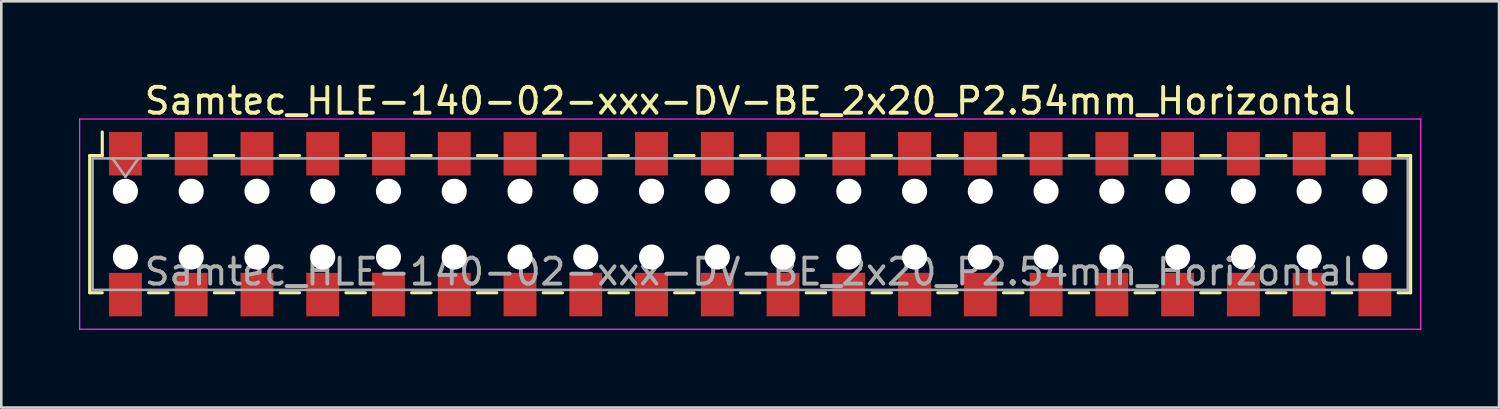
<source format=kicad_pcb>
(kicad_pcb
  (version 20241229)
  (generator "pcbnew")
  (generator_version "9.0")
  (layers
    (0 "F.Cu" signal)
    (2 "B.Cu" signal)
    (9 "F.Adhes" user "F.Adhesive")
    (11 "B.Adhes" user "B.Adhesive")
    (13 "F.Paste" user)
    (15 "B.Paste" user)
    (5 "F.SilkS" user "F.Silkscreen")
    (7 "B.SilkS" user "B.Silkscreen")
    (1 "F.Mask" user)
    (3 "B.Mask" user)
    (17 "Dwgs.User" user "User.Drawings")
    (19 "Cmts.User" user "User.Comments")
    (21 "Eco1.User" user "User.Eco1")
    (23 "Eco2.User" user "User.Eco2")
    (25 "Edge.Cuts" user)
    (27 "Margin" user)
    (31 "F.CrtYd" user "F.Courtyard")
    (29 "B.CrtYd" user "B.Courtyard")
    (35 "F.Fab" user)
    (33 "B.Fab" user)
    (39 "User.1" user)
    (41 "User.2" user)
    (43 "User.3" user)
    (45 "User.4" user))
  (footprint "Samtec_HLE-140-02-xxx-DV-BE_2x20_P2.54mm_Horizontal"
    (layer "F.Cu")
    (at 25.925 5.608)
    (property "Reference" "Samtec_HLE-140-02-xxx-DV-BE_2x20_P2.54mm_Horizontal" (at 0 -4.76 0) (layer "F.SilkS") (effects (font (size 1 1) (thickness 0.15))))
    (attr smd)
    (fp_line (start -25.51 -2.65) (end -25.51 2.65) (stroke (width 0.12) (type solid)) (layer "F.SilkS"))
    (fp_line (start -25.51 2.65) (end -25.025 2.65) (stroke (width 0.12) (type solid)) (layer "F.SilkS"))
    (fp_line (start -25.025 -3.56) (end -25.025 -2.65) (stroke (width 0.12) (type solid)) (layer "F.SilkS"))
    (fp_line (start -25.025 -2.65) (end -25.51 -2.65) (stroke (width 0.12) (type solid)) (layer "F.SilkS"))
    (fp_line (start -23.235 -2.65) (end -22.485 -2.65) (stroke (width 0.12) (type solid)) (layer "F.SilkS"))
    (fp_line (start -23.235 2.65) (end -22.485 2.65) (stroke (width 0.12) (type solid)) (layer "F.SilkS"))
    (fp_line (start -20.695 -2.65) (end -19.945 -2.65) (stroke (width 0.12) (type solid)) (layer "F.SilkS"))
    (fp_line (start -20.695 2.65) (end -19.945 2.65) (stroke (width 0.12) (type solid)) (layer "F.SilkS"))
    (fp_line (start -18.155 -2.65) (end -17.405 -2.65) (stroke (width 0.12) (type solid)) (layer "F.SilkS"))
    (fp_line (start -18.155 2.65) (end -17.405 2.65) (stroke (width 0.12) (type solid)) (layer "F.SilkS"))
    (fp_line (start -15.615 -2.65) (end -14.865 -2.65) (stroke (width 0.12) (type solid)) (layer "F.SilkS"))
    (fp_line (start -15.615 2.65) (end -14.865 2.65) (stroke (width 0.12) (type solid)) (layer "F.SilkS"))
    (fp_line (start -13.075 -2.65) (end -12.325 -2.65) (stroke (width 0.12) (type solid)) (layer "F.SilkS"))
    (fp_line (start -13.075 2.65) (end -12.325 2.65) (stroke (width 0.12) (type solid)) (layer "F.SilkS"))
    (fp_line (start -10.535 -2.65) (end -9.785 -2.65) (stroke (width 0.12) (type solid)) (layer "F.SilkS"))
    (fp_line (start -10.535 2.65) (end -9.785 2.65) (stroke (width 0.12) (type solid)) (layer "F.SilkS"))
    (fp_line (start -7.995 -2.65) (end -7.245 -2.65) (stroke (width 0.12) (type solid)) (layer "F.SilkS"))
    (fp_line (start -7.995 2.65) (end -7.245 2.65) (stroke (width 0.12) (type solid)) (layer "F.SilkS"))
    (fp_line (start -5.455 -2.65) (end -4.705 -2.65) (stroke (width 0.12) (type solid)) (layer "F.SilkS"))
    (fp_line (start -5.455 2.65) (end -4.705 2.65) (stroke (width 0.12) (type solid)) (layer "F.SilkS"))
    (fp_line (start -2.915 -2.65) (end -2.165 -2.65) (stroke (width 0.12) (type solid)) (layer "F.SilkS"))
    (fp_line (start -2.915 2.65) (end -2.165 2.65) (stroke (width 0.12) (type solid)) (layer "F.SilkS"))
    (fp_line (start -0.375 -2.65) (end 0.375 -2.65) (stroke (width 0.12) (type solid)) (layer "F.SilkS"))
    (fp_line (start -0.375 2.65) (end 0.375 2.65) (stroke (width 0.12) (type solid)) (layer "F.SilkS"))
    (fp_line (start 2.165 -2.65) (end 2.915 -2.65) (stroke (width 0.12) (type solid)) (layer "F.SilkS"))
    (fp_line (start 2.165 2.65) (end 2.915 2.65) (stroke (width 0.12) (type solid)) (layer "F.SilkS"))
    (fp_line (start 4.705 -2.65) (end 5.455 -2.65) (stroke (width 0.12) (type solid)) (layer "F.SilkS"))
    (fp_line (start 4.705 2.65) (end 5.455 2.65) (stroke (width 0.12) (type solid)) (layer "F.SilkS"))
    (fp_line (start 7.245 -2.65) (end 7.995 -2.65) (stroke (width 0.12) (type solid)) (layer "F.SilkS"))
    (fp_line (start 7.245 2.65) (end 7.995 2.65) (stroke (width 0.12) (type solid)) (layer "F.SilkS"))
    (fp_line (start 9.785 -2.65) (end 10.535 -2.65) (stroke (width 0.12) (type solid)) (layer "F.SilkS"))
    (fp_line (start 9.785 2.65) (end 10.535 2.65) (stroke (width 0.12) (type solid)) (layer "F.SilkS"))
    (fp_line (start 12.325 -2.65) (end 13.075 -2.65) (stroke (width 0.12) (type solid)) (layer "F.SilkS"))
    (fp_line (start 12.325 2.65) (end 13.075 2.65) (stroke (width 0.12) (type solid)) (layer "F.SilkS"))
    (fp_line (start 14.865 -2.65) (end 15.615 -2.65) (stroke (width 0.12) (type solid)) (layer "F.SilkS"))
    (fp_line (start 14.865 2.65) (end 15.615 2.65) (stroke (width 0.12) (type solid)) (layer "F.SilkS"))
    (fp_line (start 17.405 -2.65) (end 18.155 -2.65) (stroke (width 0.12) (type solid)) (layer "F.SilkS"))
    (fp_line (start 17.405 2.65) (end 18.155 2.65) (stroke (width 0.12) (type solid)) (layer "F.SilkS"))
    (fp_line (start 19.945 -2.65) (end 20.695 -2.65) (stroke (width 0.12) (type solid)) (layer "F.SilkS"))
    (fp_line (start 19.945 2.65) (end 20.695 2.65) (stroke (width 0.12) (type solid)) (layer "F.SilkS"))
    (fp_line (start 22.485 -2.65) (end 23.235 -2.65) (stroke (width 0.12) (type solid)) (layer "F.SilkS"))
    (fp_line (start 22.485 2.65) (end 23.235 2.65) (stroke (width 0.12) (type solid)) (layer "F.SilkS"))
    (fp_line (start 25.025 -2.65) (end 25.51 -2.65) (stroke (width 0.12) (type solid)) (layer "F.SilkS"))
    (fp_line (start 25.51 -2.65) (end 25.51 2.65) (stroke (width 0.12) (type solid)) (layer "F.SilkS"))
    (fp_line (start 25.51 2.65) (end 25.025 2.65) (stroke (width 0.12) (type solid)) (layer "F.SilkS"))
    (fp_line (start -25.9 -4.06) (end 25.9 -4.06) (stroke (width 0.05) (type solid)) (layer "F.CrtYd"))
    (fp_line (start -25.9 4.06) (end -25.9 -4.06) (stroke (width 0.05) (type solid)) (layer "F.CrtYd"))
    (fp_line (start 25.9 -4.06) (end 25.9 4.06) (stroke (width 0.05) (type solid)) (layer "F.CrtYd"))
    (fp_line (start 25.9 4.06) (end -25.9 4.06) (stroke (width 0.05) (type solid)) (layer "F.CrtYd"))
    (fp_line (start -25.4 -2.54) (end 25.4 -2.54) (stroke (width 0.1) (type solid)) (layer "F.Fab"))
    (fp_line (start -25.4 2.54) (end -25.4 -2.54) (stroke (width 0.1) (type solid)) (layer "F.Fab"))
    (fp_line (start -24.63 -2.54) (end -24.13 -1.833) (stroke (width 0.1) (type solid)) (layer "F.Fab"))
    (fp_line (start -24.13 -1.833) (end -23.63 -2.54) (stroke (width 0.1) (type solid)) (layer "F.Fab"))
    (fp_line (start 25.4 -2.54) (end 25.4 2.54) (stroke (width 0.1) (type solid)) (layer "F.Fab"))
    (fp_line (start 25.4 2.54) (end -25.4 2.54) (stroke (width 0.1) (type solid)) (layer "F.Fab"))
    (fp_text user "${REFERENCE}" (at 0 1.84 0) (layer "F.Fab") (effects (font (size 1 1) (thickness 0.15))))
    (pad "" np_thru_hole circle (at -24.13 -1.27) (size 0.97 0.97) (drill 0.97) (layers "*.Cu" "*.Mask"))
    (pad "" np_thru_hole circle (at -24.13 1.27) (size 0.97 0.97) (drill 0.97) (layers "*.Cu" "*.Mask"))
    (pad "" np_thru_hole circle (at -21.59 -1.27) (size 0.97 0.97) (drill 0.97) (layers "*.Cu" "*.Mask"))
    (pad "" np_thru_hole circle (at -21.59 1.27) (size 0.97 0.97) (drill 0.97) (layers "*.Cu" "*.Mask"))
    (pad "" np_thru_hole circle (at -19.05 -1.27) (size 0.97 0.97) (drill 0.97) (layers "*.Cu" "*.Mask"))
    (pad "" np_thru_hole circle (at -19.05 1.27) (size 0.97 0.97) (drill 0.97) (layers "*.Cu" "*.Mask"))
    (pad "" np_thru_hole circle (at -16.51 -1.27) (size 0.97 0.97) (drill 0.97) (layers "*.Cu" "*.Mask"))
    (pad "" np_thru_hole circle (at -16.51 1.27) (size 0.97 0.97) (drill 0.97) (layers "*.Cu" "*.Mask"))
    (pad "" np_thru_hole circle (at -13.97 -1.27) (size 0.97 0.97) (drill 0.97) (layers "*.Cu" "*.Mask"))
    (pad "" np_thru_hole circle (at -13.97 1.27) (size 0.97 0.97) (drill 0.97) (layers "*.Cu" "*.Mask"))
    (pad "" np_thru_hole circle (at -11.43 -1.27) (size 0.97 0.97) (drill 0.97) (layers "*.Cu" "*.Mask"))
    (pad "" np_thru_hole circle (at -11.43 1.27) (size 0.97 0.97) (drill 0.97) (layers "*.Cu" "*.Mask"))
    (pad "" np_thru_hole circle (at -8.89 -1.27) (size 0.97 0.97) (drill 0.97) (layers "*.Cu" "*.Mask"))
    (pad "" np_thru_hole circle (at -8.89 1.27) (size 0.97 0.97) (drill 0.97) (layers "*.Cu" "*.Mask"))
    (pad "" np_thru_hole circle (at -6.35 -1.27) (size 0.97 0.97) (drill 0.97) (layers "*.Cu" "*.Mask"))
    (pad "" np_thru_hole circle (at -6.35 1.27) (size 0.97 0.97) (drill 0.97) (layers "*.Cu" "*.Mask"))
    (pad "" np_thru_hole circle (at -3.81 -1.27) (size 0.97 0.97) (drill 0.97) (layers "*.Cu" "*.Mask"))
    (pad "" np_thru_hole circle (at -3.81 1.27) (size 0.97 0.97) (drill 0.97) (layers "*.Cu" "*.Mask"))
    (pad "" np_thru_hole circle (at -1.27 -1.27) (size 0.97 0.97) (drill 0.97) (layers "*.Cu" "*.Mask"))
    (pad "" np_thru_hole circle (at -1.27 1.27) (size 0.97 0.97) (drill 0.97) (layers "*.Cu" "*.Mask"))
    (pad "" np_thru_hole circle (at 1.27 -1.27) (size 0.97 0.97) (drill 0.97) (layers "*.Cu" "*.Mask"))
    (pad "" np_thru_hole circle (at 1.27 1.27) (size 0.97 0.97) (drill 0.97) (layers "*.Cu" "*.Mask"))
    (pad "" np_thru_hole circle (at 3.81 -1.27) (size 0.97 0.97) (drill 0.97) (layers "*.Cu" "*.Mask"))
    (pad "" np_thru_hole circle (at 3.81 1.27) (size 0.97 0.97) (drill 0.97) (layers "*.Cu" "*.Mask"))
    (pad "" np_thru_hole circle (at 6.35 -1.27) (size 0.97 0.97) (drill 0.97) (layers "*.Cu" "*.Mask"))
    (pad "" np_thru_hole circle (at 6.35 1.27) (size 0.97 0.97) (drill 0.97) (layers "*.Cu" "*.Mask"))
    (pad "" np_thru_hole circle (at 8.89 -1.27) (size 0.97 0.97) (drill 0.97) (layers "*.Cu" "*.Mask"))
    (pad "" np_thru_hole circle (at 8.89 1.27) (size 0.97 0.97) (drill 0.97) (layers "*.Cu" "*.Mask"))
    (pad "" np_thru_hole circle (at 11.43 -1.27) (size 0.97 0.97) (drill 0.97) (layers "*.Cu" "*.Mask"))
    (pad "" np_thru_hole circle (at 11.43 1.27) (size 0.97 0.97) (drill 0.97) (layers "*.Cu" "*.Mask"))
    (pad "" np_thru_hole circle (at 13.97 -1.27) (size 0.97 0.97) (drill 0.97) (layers "*.Cu" "*.Mask"))
    (pad "" np_thru_hole circle (at 13.97 1.27) (size 0.97 0.97) (drill 0.97) (layers "*.Cu" "*.Mask"))
    (pad "" np_thru_hole circle (at 16.51 -1.27) (size 0.97 0.97) (drill 0.97) (layers "*.Cu" "*.Mask"))
    (pad "" np_thru_hole circle (at 16.51 1.27) (size 0.97 0.97) (drill 0.97) (layers "*.Cu" "*.Mask"))
    (pad "" np_thru_hole circle (at 19.05 -1.27) (size 0.97 0.97) (drill 0.97) (layers "*.Cu" "*.Mask"))
    (pad "" np_thru_hole circle (at 19.05 1.27) (size 0.97 0.97) (drill 0.97) (layers "*.Cu" "*.Mask"))
    (pad "" np_thru_hole circle (at 21.59 -1.27) (size 0.97 0.97) (drill 0.97) (layers "*.Cu" "*.Mask"))
    (pad "" np_thru_hole circle (at 21.59 1.27) (size 0.97 0.97) (drill 0.97) (layers "*.Cu" "*.Mask"))
    (pad "" np_thru_hole circle (at 24.13 -1.27) (size 0.97 0.97) (drill 0.97) (layers "*.Cu" "*.Mask"))
    (pad "" np_thru_hole circle (at 24.13 1.27) (size 0.97 0.97) (drill 0.97) (layers "*.Cu" "*.Mask"))
    (pad "1" smd rect (at -24.13 -2.72) (size 1.27 1.68) (layers "F.Cu" "F.Mask" "F.Paste"))
    (pad "2" smd rect (at -24.13 2.72) (size 1.27 1.68) (layers "F.Cu" "F.Mask" "F.Paste"))
    (pad "3" smd rect (at -21.59 -2.72) (size 1.27 1.68) (layers "F.Cu" "F.Mask" "F.Paste"))
    (pad "4" smd rect (at -21.59 2.72) (size 1.27 1.68) (layers "F.Cu" "F.Mask" "F.Paste"))
    (pad "5" smd rect (at -19.05 -2.72) (size 1.27 1.68) (layers "F.Cu" "F.Mask" "F.Paste"))
    (pad "6" smd rect (at -19.05 2.72) (size 1.27 1.68) (layers "F.Cu" "F.Mask" "F.Paste"))
    (pad "7" smd rect (at -16.51 -2.72) (size 1.27 1.68) (layers "F.Cu" "F.Mask" "F.Paste"))
    (pad "8" smd rect (at -16.51 2.72) (size 1.27 1.68) (layers "F.Cu" "F.Mask" "F.Paste"))
    (pad "9" smd rect (at -13.97 -2.72) (size 1.27 1.68) (layers "F.Cu" "F.Mask" "F.Paste"))
    (pad "10" smd rect (at -13.97 2.72) (size 1.27 1.68) (layers "F.Cu" "F.Mask" "F.Paste"))
    (pad "11" smd rect (at -11.43 -2.72) (size 1.27 1.68) (layers "F.Cu" "F.Mask" "F.Paste"))
    (pad "12" smd rect (at -11.43 2.72) (size 1.27 1.68) (layers "F.Cu" "F.Mask" "F.Paste"))
    (pad "13" smd rect (at -8.89 -2.72) (size 1.27 1.68) (layers "F.Cu" "F.Mask" "F.Paste"))
    (pad "14" smd rect (at -8.89 2.72) (size 1.27 1.68) (layers "F.Cu" "F.Mask" "F.Paste"))
    (pad "15" smd rect (at -6.35 -2.72) (size 1.27 1.68) (layers "F.Cu" "F.Mask" "F.Paste"))
    (pad "16" smd rect (at -6.35 2.72) (size 1.27 1.68) (layers "F.Cu" "F.Mask" "F.Paste"))
    (pad "17" smd rect (at -3.81 -2.72) (size 1.27 1.68) (layers "F.Cu" "F.Mask" "F.Paste"))
    (pad "18" smd rect (at -3.81 2.72) (size 1.27 1.68) (layers "F.Cu" "F.Mask" "F.Paste"))
    (pad "19" smd rect (at -1.27 -2.72) (size 1.27 1.68) (layers "F.Cu" "F.Mask" "F.Paste"))
    (pad "20" smd rect (at -1.27 2.72) (size 1.27 1.68) (layers "F.Cu" "F.Mask" "F.Paste"))
    (pad "21" smd rect (at 1.27 -2.72) (size 1.27 1.68) (layers "F.Cu" "F.Mask" "F.Paste"))
    (pad "22" smd rect (at 1.27 2.72) (size 1.27 1.68) (layers "F.Cu" "F.Mask" "F.Paste"))
    (pad "23" smd rect (at 3.81 -2.72) (size 1.27 1.68) (layers "F.Cu" "F.Mask" "F.Paste"))
    (pad "24" smd rect (at 3.81 2.72) (size 1.27 1.68) (layers "F.Cu" "F.Mask" "F.Paste"))
    (pad "25" smd rect (at 6.35 -2.72) (size 1.27 1.68) (layers "F.Cu" "F.Mask" "F.Paste"))
    (pad "26" smd rect (at 6.35 2.72) (size 1.27 1.68) (layers "F.Cu" "F.Mask" "F.Paste"))
    (pad "27" smd rect (at 8.89 -2.72) (size 1.27 1.68) (layers "F.Cu" "F.Mask" "F.Paste"))
    (pad "28" smd rect (at 8.89 2.72) (size 1.27 1.68) (layers "F.Cu" "F.Mask" "F.Paste"))
    (pad "29" smd rect (at 11.43 -2.72) (size 1.27 1.68) (layers "F.Cu" "F.Mask" "F.Paste"))
    (pad "30" smd rect (at 11.43 2.72) (size 1.27 1.68) (layers "F.Cu" "F.Mask" "F.Paste"))
    (pad "31" smd rect (at 13.97 -2.72) (size 1.27 1.68) (layers "F.Cu" "F.Mask" "F.Paste"))
    (pad "32" smd rect (at 13.97 2.72) (size 1.27 1.68) (layers "F.Cu" "F.Mask" "F.Paste"))
    (pad "33" smd rect (at 16.51 -2.72) (size 1.27 1.68) (layers "F.Cu" "F.Mask" "F.Paste"))
    (pad "34" smd rect (at 16.51 2.72) (size 1.27 1.68) (layers "F.Cu" "F.Mask" "F.Paste"))
    (pad "35" smd rect (at 19.05 -2.72) (size 1.27 1.68) (layers "F.Cu" "F.Mask" "F.Paste"))
    (pad "36" smd rect (at 19.05 2.72) (size 1.27 1.68) (layers "F.Cu" "F.Mask" "F.Paste"))
    (pad "37" smd rect (at 21.59 -2.72) (size 1.27 1.68) (layers "F.Cu" "F.Mask" "F.Paste"))
    (pad "38" smd rect (at 21.59 2.72) (size 1.27 1.68) (layers "F.Cu" "F.Mask" "F.Paste"))
    (pad "39" smd rect (at 24.13 -2.72) (size 1.27 1.68) (layers "F.Cu" "F.Mask" "F.Paste"))
    (pad "40" smd rect (at 24.13 2.72) (size 1.27 1.68) (layers "F.Cu" "F.Mask" "F.Paste")))
  (gr_rect
    (start -3 -3)
    (end 54.85 12.693)
    (stroke (width 0.1) (type default))
    (fill no)
    (layer "Edge.Cuts")))
</source>
